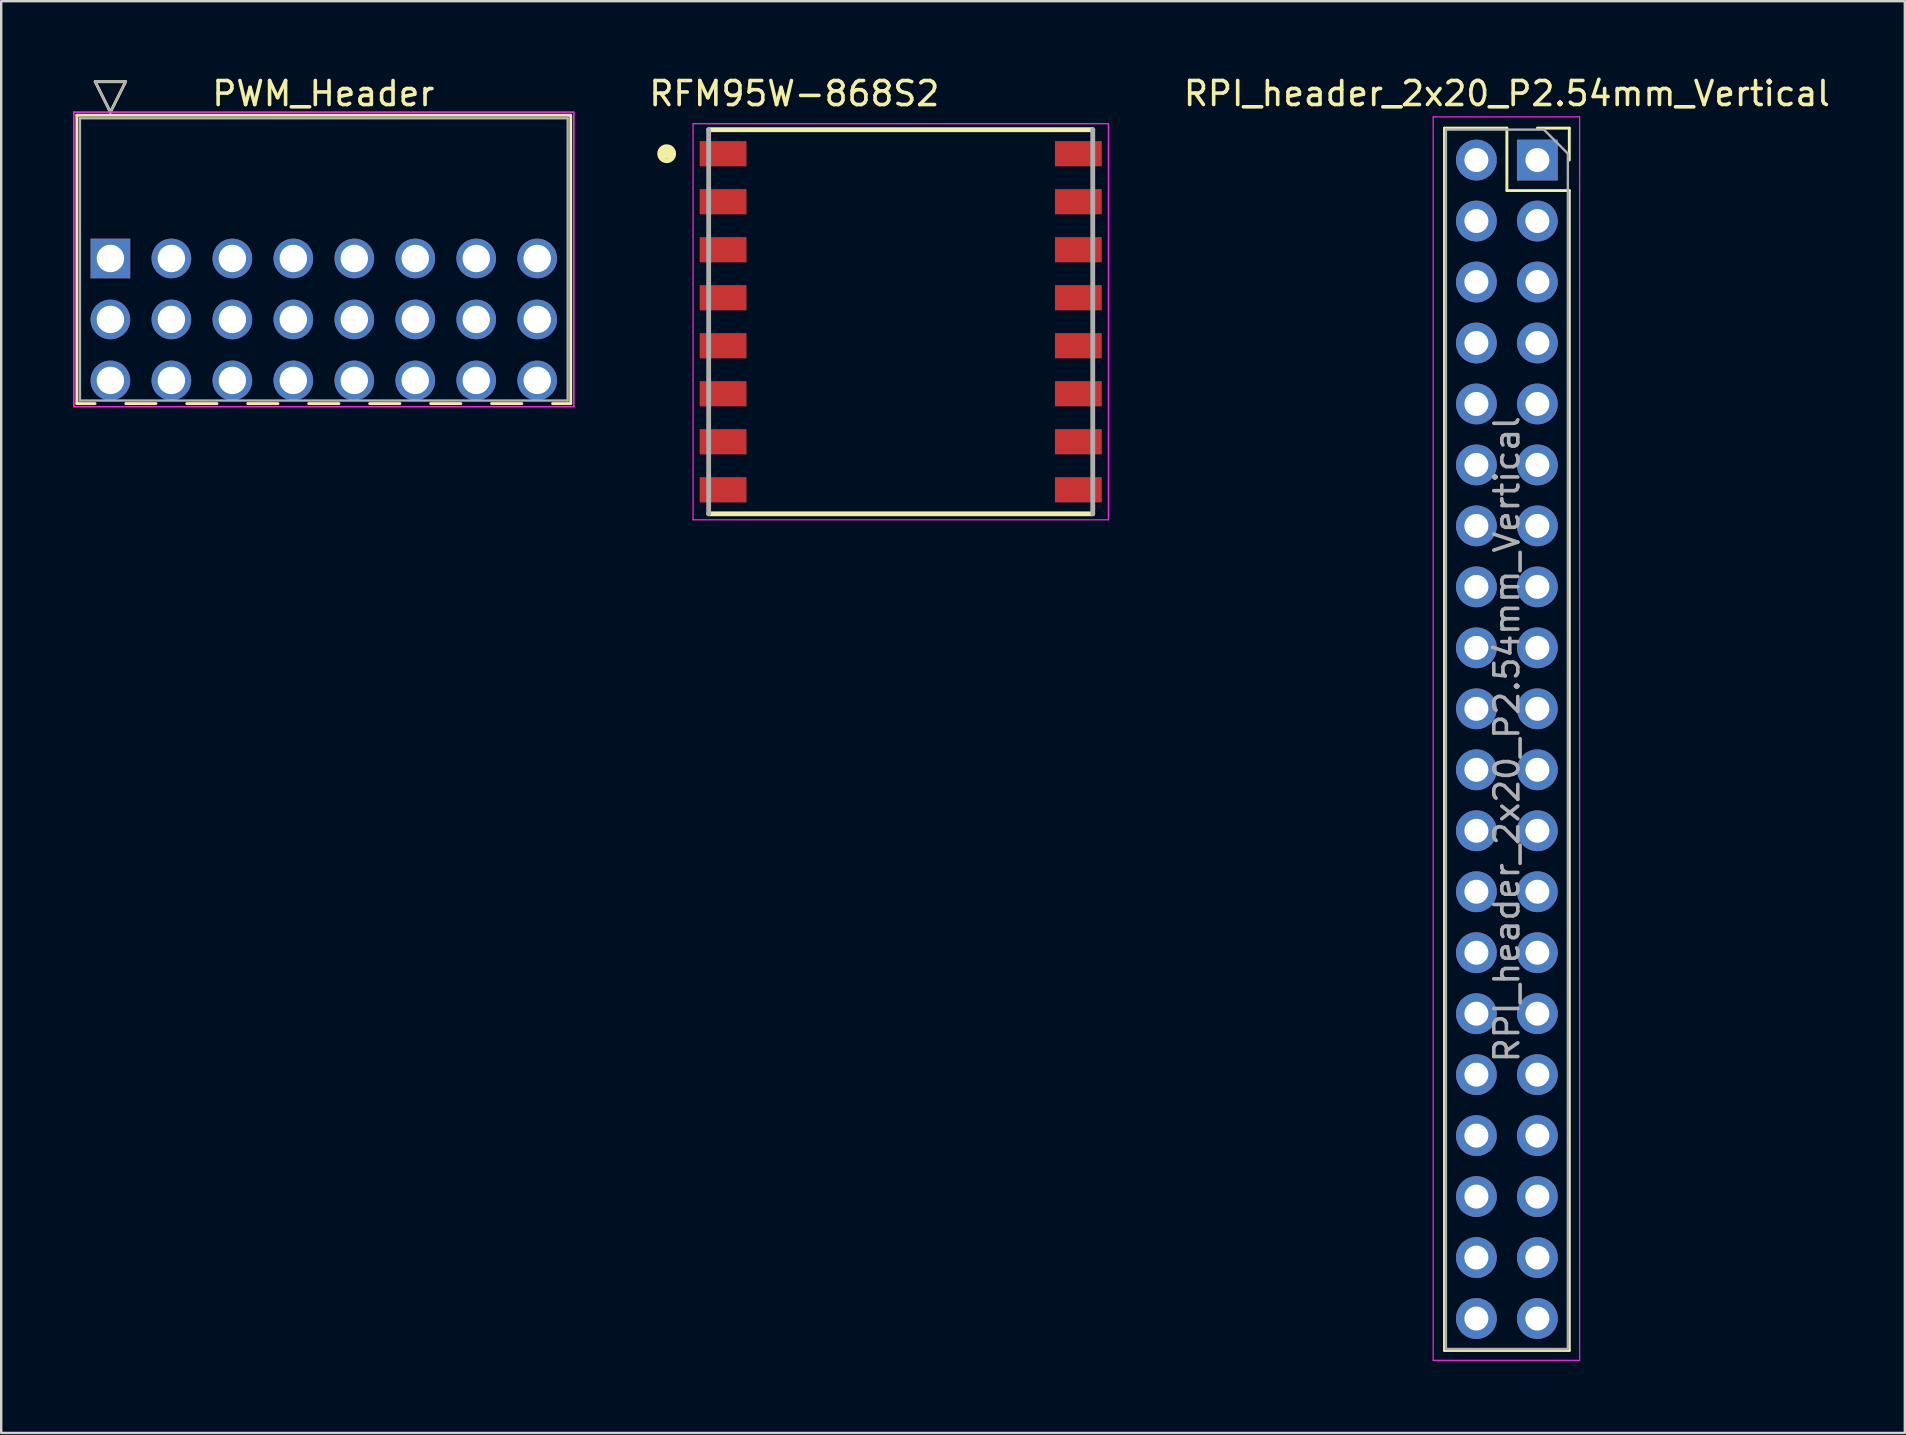
<source format=kicad_pcb>
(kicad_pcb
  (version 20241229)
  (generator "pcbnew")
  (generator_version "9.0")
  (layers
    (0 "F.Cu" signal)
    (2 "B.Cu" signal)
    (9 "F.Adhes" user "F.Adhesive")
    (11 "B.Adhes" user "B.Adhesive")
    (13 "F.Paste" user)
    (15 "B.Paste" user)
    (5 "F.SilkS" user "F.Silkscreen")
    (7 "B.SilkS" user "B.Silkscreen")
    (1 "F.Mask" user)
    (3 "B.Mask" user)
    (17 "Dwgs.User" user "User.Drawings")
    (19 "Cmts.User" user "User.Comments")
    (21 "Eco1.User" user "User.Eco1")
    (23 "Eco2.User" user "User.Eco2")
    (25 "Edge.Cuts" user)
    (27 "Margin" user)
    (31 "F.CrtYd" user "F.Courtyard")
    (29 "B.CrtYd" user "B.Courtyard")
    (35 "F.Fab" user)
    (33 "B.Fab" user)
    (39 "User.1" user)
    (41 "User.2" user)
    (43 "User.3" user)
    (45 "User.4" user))
  (footprint "RPI_header_2x20_P2.54mm_Vertical"
    (layer "F.Cu")
    (at 60.994 3.618)
    (property "Reference" "RPI_header_2x20_P2.54mm_Vertical" (at -1.27 -2.77 0) (layer "F.SilkS") (effects (font (size 1 1) (thickness 0.15))))
    (attr through_hole)
    (fp_line (start -3.87 -1.33) (end -3.87 49.59) (stroke (width 0.12) (type solid)) (layer "F.SilkS"))
    (fp_line (start -3.87 -1.33) (end -1.27 -1.33) (stroke (width 0.12) (type solid)) (layer "F.SilkS"))
    (fp_line (start -3.87 49.59) (end 1.33 49.59) (stroke (width 0.12) (type solid)) (layer "F.SilkS"))
    (fp_line (start -1.27 -1.33) (end -1.27 1.27) (stroke (width 0.12) (type solid)) (layer "F.SilkS"))
    (fp_line (start -1.27 1.27) (end 1.33 1.27) (stroke (width 0.12) (type solid)) (layer "F.SilkS"))
    (fp_line (start 0 -1.33) (end 1.33 -1.33) (stroke (width 0.12) (type solid)) (layer "F.SilkS"))
    (fp_line (start 1.33 -1.33) (end 1.33 0) (stroke (width 0.12) (type solid)) (layer "F.SilkS"))
    (fp_line (start 1.33 1.27) (end 1.33 49.59) (stroke (width 0.12) (type solid)) (layer "F.SilkS"))
    (fp_line (start -4.34 -1.8) (end 1.76 -1.8) (stroke (width 0.05) (type solid)) (layer "F.CrtYd"))
    (fp_line (start -4.34 50) (end -4.34 -1.8) (stroke (width 0.05) (type solid)) (layer "F.CrtYd"))
    (fp_line (start 1.76 -1.8) (end 1.76 50) (stroke (width 0.05) (type solid)) (layer "F.CrtYd"))
    (fp_line (start 1.76 50) (end -4.34 50) (stroke (width 0.05) (type solid)) (layer "F.CrtYd"))
    (fp_line (start -3.81 -1.27) (end 0.27 -1.27) (stroke (width 0.1) (type solid)) (layer "F.Fab"))
    (fp_line (start -3.81 49.53) (end -3.81 -1.27) (stroke (width 0.1) (type solid)) (layer "F.Fab"))
    (fp_line (start 0.27 -1.27) (end 1.27 -0.27) (stroke (width 0.1) (type solid)) (layer "F.Fab"))
    (fp_line (start 1.27 -0.27) (end 1.27 49.53) (stroke (width 0.1) (type solid)) (layer "F.Fab"))
    (fp_line (start 1.27 49.53) (end -3.81 49.53) (stroke (width 0.1) (type solid)) (layer "F.Fab"))
    (fp_text user "${REFERENCE}" (at -1.27 24.13 90) (layer "F.Fab") (effects (font (size 1 1) (thickness 0.15))))
    (pad "1" thru_hole rect (at 0 0) (size 1.7 1.7) (drill 1) (layers "*.Cu" "*.Mask"))
    (pad "2" thru_hole oval (at -2.54 0) (size 1.7 1.7) (drill 1) (layers "*.Cu" "*.Mask"))
    (pad "3" thru_hole oval (at 0 2.54) (size 1.7 1.7) (drill 1) (layers "*.Cu" "*.Mask"))
    (pad "4" thru_hole oval (at -2.54 2.54) (size 1.7 1.7) (drill 1) (layers "*.Cu" "*.Mask"))
    (pad "5" thru_hole oval (at 0 5.08) (size 1.7 1.7) (drill 1) (layers "*.Cu" "*.Mask"))
    (pad "6" thru_hole oval (at -2.54 5.08) (size 1.7 1.7) (drill 1) (layers "*.Cu" "*.Mask"))
    (pad "7" thru_hole oval (at 0 7.62) (size 1.7 1.7) (drill 1) (layers "*.Cu" "*.Mask"))
    (pad "8" thru_hole oval (at -2.54 7.62) (size 1.7 1.7) (drill 1) (layers "*.Cu" "*.Mask"))
    (pad "9" thru_hole oval (at 0 10.16) (size 1.7 1.7) (drill 1) (layers "*.Cu" "*.Mask"))
    (pad "10" thru_hole oval (at -2.54 10.16) (size 1.7 1.7) (drill 1) (layers "*.Cu" "*.Mask"))
    (pad "11" thru_hole oval (at 0 12.7) (size 1.7 1.7) (drill 1) (layers "*.Cu" "*.Mask"))
    (pad "12" thru_hole oval (at -2.54 12.7) (size 1.7 1.7) (drill 1) (layers "*.Cu" "*.Mask"))
    (pad "13" thru_hole oval (at 0 15.24) (size 1.7 1.7) (drill 1) (layers "*.Cu" "*.Mask"))
    (pad "14" thru_hole oval (at -2.54 15.24) (size 1.7 1.7) (drill 1) (layers "*.Cu" "*.Mask"))
    (pad "15" thru_hole oval (at 0 17.78) (size 1.7 1.7) (drill 1) (layers "*.Cu" "*.Mask"))
    (pad "16" thru_hole oval (at -2.54 17.78) (size 1.7 1.7) (drill 1) (layers "*.Cu" "*.Mask"))
    (pad "17" thru_hole oval (at 0 20.32) (size 1.7 1.7) (drill 1) (layers "*.Cu" "*.Mask"))
    (pad "18" thru_hole oval (at -2.54 20.32) (size 1.7 1.7) (drill 1) (layers "*.Cu" "*.Mask"))
    (pad "19" thru_hole oval (at 0 22.86) (size 1.7 1.7) (drill 1) (layers "*.Cu" "*.Mask"))
    (pad "20" thru_hole oval (at -2.54 22.86) (size 1.7 1.7) (drill 1) (layers "*.Cu" "*.Mask"))
    (pad "21" thru_hole oval (at 0 25.4) (size 1.7 1.7) (drill 1) (layers "*.Cu" "*.Mask"))
    (pad "22" thru_hole oval (at -2.54 25.4) (size 1.7 1.7) (drill 1) (layers "*.Cu" "*.Mask"))
    (pad "23" thru_hole oval (at 0 27.94) (size 1.7 1.7) (drill 1) (layers "*.Cu" "*.Mask"))
    (pad "24" thru_hole oval (at -2.54 27.94) (size 1.7 1.7) (drill 1) (layers "*.Cu" "*.Mask"))
    (pad "25" thru_hole oval (at 0 30.48) (size 1.7 1.7) (drill 1) (layers "*.Cu" "*.Mask"))
    (pad "26" thru_hole oval (at -2.54 30.48) (size 1.7 1.7) (drill 1) (layers "*.Cu" "*.Mask"))
    (pad "27" thru_hole oval (at 0 33.02) (size 1.7 1.7) (drill 1) (layers "*.Cu" "*.Mask"))
    (pad "28" thru_hole oval (at -2.54 33.02) (size 1.7 1.7) (drill 1) (layers "*.Cu" "*.Mask"))
    (pad "29" thru_hole oval (at 0 35.56) (size 1.7 1.7) (drill 1) (layers "*.Cu" "*.Mask"))
    (pad "30" thru_hole oval (at -2.54 35.56) (size 1.7 1.7) (drill 1) (layers "*.Cu" "*.Mask"))
    (pad "31" thru_hole oval (at 0 38.1) (size 1.7 1.7) (drill 1) (layers "*.Cu" "*.Mask"))
    (pad "32" thru_hole oval (at -2.54 38.1) (size 1.7 1.7) (drill 1) (layers "*.Cu" "*.Mask"))
    (pad "33" thru_hole oval (at 0 40.64) (size 1.7 1.7) (drill 1) (layers "*.Cu" "*.Mask"))
    (pad "34" thru_hole oval (at -2.54 40.64) (size 1.7 1.7) (drill 1) (layers "*.Cu" "*.Mask"))
    (pad "35" thru_hole oval (at 0 43.18) (size 1.7 1.7) (drill 1) (layers "*.Cu" "*.Mask"))
    (pad "36" thru_hole oval (at -2.54 43.18) (size 1.7 1.7) (drill 1) (layers "*.Cu" "*.Mask"))
    (pad "37" thru_hole oval (at 0 45.72) (size 1.7 1.7) (drill 1) (layers "*.Cu" "*.Mask"))
    (pad "38" thru_hole oval (at -2.54 45.72) (size 1.7 1.7) (drill 1) (layers "*.Cu" "*.Mask"))
    (pad "39" thru_hole oval (at 0 48.26) (size 1.7 1.7) (drill 1) (layers "*.Cu" "*.Mask"))
    (pad "40" thru_hole oval (at -2.54 48.26) (size 1.7 1.7) (drill 1) (layers "*.Cu" "*.Mask")))
  (footprint "RFM95W-868S2"
    (layer "F.Cu")
    (at 34.472 10.353)
    (property "Reference" "RFM95W-868S2" (at -4.433 -9.503 0) (layer "F.SilkS") (effects (font (size 1.002 1.002) (thickness 0.15))))
    (attr through_hole)
    (fp_line (start -8 -8) (end 8 -8) (stroke (width 0.2) (type solid)) (layer "F.SilkS"))
    (fp_line (start 8 8) (end -8 8) (stroke (width 0.2) (type solid)) (layer "F.SilkS"))
    (fp_circle (center -9.75 -7) (end -9.458 -7) (stroke (width 0.2) (type solid)) (fill no) (layer "F.SilkS"))
    (fp_poly (pts (xy -10.011 -7.2) (xy -9.5 -7.2) (xy -9.5 -6.808) (xy -10.011 -6.808)) (stroke (width 0.01) (type solid)) (fill yes) (layer "F.SilkS"))
    (fp_line (start -8.65 -8.25) (end 8.65 -8.25) (stroke (width 0.05) (type solid)) (layer "F.CrtYd"))
    (fp_line (start -8.65 8.25) (end -8.65 -8.25) (stroke (width 0.05) (type solid)) (layer "F.CrtYd"))
    (fp_line (start 8.65 -8.25) (end 8.65 8.25) (stroke (width 0.05) (type solid)) (layer "F.CrtYd"))
    (fp_line (start 8.65 8.25) (end -8.65 8.25) (stroke (width 0.05) (type solid)) (layer "F.CrtYd"))
    (fp_line (start -8 8) (end -8 -8) (stroke (width 0.2) (type solid)) (layer "F.Fab"))
    (fp_line (start 8 -8) (end 8 8) (stroke (width 0.2) (type solid)) (layer "F.Fab"))
    (pad "1" smd rect (at -7.4 -7) (size 1.95 1.05) (layers "F.Cu" "F.Mask" "F.Paste"))
    (pad "2" smd rect (at -7.4 -5) (size 1.95 1.05) (layers "F.Cu" "F.Mask" "F.Paste"))
    (pad "3" smd rect (at -7.4 -3) (size 1.95 1.05) (layers "F.Cu" "F.Mask" "F.Paste"))
    (pad "4" smd rect (at -7.4 -1) (size 1.95 1.05) (layers "F.Cu" "F.Mask" "F.Paste"))
    (pad "5" smd rect (at -7.4 1) (size 1.95 1.05) (layers "F.Cu" "F.Mask" "F.Paste"))
    (pad "6" smd rect (at -7.4 3) (size 1.95 1.05) (layers "F.Cu" "F.Mask" "F.Paste"))
    (pad "7" smd rect (at -7.4 5) (size 1.95 1.05) (layers "F.Cu" "F.Mask" "F.Paste"))
    (pad "8" smd rect (at -7.4 7) (size 1.95 1.05) (layers "F.Cu" "F.Mask" "F.Paste"))
    (pad "9" smd rect (at 7.4 7 180) (size 1.95 1.05) (layers "F.Cu" "F.Mask" "F.Paste"))
    (pad "10" smd rect (at 7.4 5 180) (size 1.95 1.05) (layers "F.Cu" "F.Mask" "F.Paste"))
    (pad "11" smd rect (at 7.4 3 180) (size 1.95 1.05) (layers "F.Cu" "F.Mask" "F.Paste"))
    (pad "12" smd rect (at 7.4 1 180) (size 1.95 1.05) (layers "F.Cu" "F.Mask" "F.Paste"))
    (pad "13" smd rect (at 7.4 -1 180) (size 1.95 1.05) (layers "F.Cu" "F.Mask" "F.Paste"))
    (pad "14" smd rect (at 7.4 -3 180) (size 1.95 1.05) (layers "F.Cu" "F.Mask" "F.Paste"))
    (pad "15" smd rect (at 7.4 -5 180) (size 1.95 1.05) (layers "F.Cu" "F.Mask" "F.Paste"))
    (pad "16" smd rect (at 7.4 -7 180) (size 1.95 1.05) (layers "F.Cu" "F.Mask" "F.Paste")))
  (footprint "PWM_Header"
    (layer "F.Cu")
    (at 11.709 7.718)
    (property "Reference" "PWM_Header" (at -1.291 -6.869 0) (layer "F.SilkS") (effects (font (size 1 1) (thickness 0.15))))
    (attr through_hole)
    (fp_line (start -11.557 -5.969) (end -11.557 6.045) (stroke (width 0.12) (type solid)) (layer "F.SilkS"))
    (fp_line (start -11.557 6.045) (end -10.8 6.045) (stroke (width 0.12) (type solid)) (layer "F.SilkS"))
    (fp_line (start -10.795 -7.366) (end -9.525 -7.366) (stroke (width 0.12) (type solid)) (layer "F.SilkS"))
    (fp_line (start -10.16 -6.096) (end -10.795 -7.366) (stroke (width 0.12) (type solid)) (layer "F.SilkS"))
    (fp_line (start -9.525 -7.366) (end -10.16 -6.096) (stroke (width 0.12) (type solid)) (layer "F.SilkS"))
    (fp_line (start -9.52 6.045) (end -8.26 6.045) (stroke (width 0.12) (type solid)) (layer "F.SilkS"))
    (fp_line (start -6.98 6.045) (end -5.72 6.045) (stroke (width 0.12) (type solid)) (layer "F.SilkS"))
    (fp_line (start -4.44 6.045) (end -3.18 6.045) (stroke (width 0.12) (type solid)) (layer "F.SilkS"))
    (fp_line (start -1.9 6.045) (end -0.64 6.045) (stroke (width 0.12) (type solid)) (layer "F.SilkS"))
    (fp_line (start 0.64 6.045) (end 1.9 6.045) (stroke (width 0.12) (type solid)) (layer "F.SilkS"))
    (fp_line (start 3.18 6.045) (end 4.44 6.045) (stroke (width 0.12) (type solid)) (layer "F.SilkS"))
    (fp_line (start 5.72 6.045) (end 6.98 6.045) (stroke (width 0.12) (type solid)) (layer "F.SilkS"))
    (fp_line (start 8.26 6.045) (end 9.017 6.045) (stroke (width 0.12) (type solid)) (layer "F.SilkS"))
    (fp_line (start 9.017 -5.969) (end -11.557 -5.969) (stroke (width 0.12) (type solid)) (layer "F.SilkS"))
    (fp_line (start 9.017 6.045) (end 9.017 -5.969) (stroke (width 0.12) (type solid)) (layer "F.SilkS"))
    (fp_line (start -11.684 -6.096) (end -11.684 6.172) (stroke (width 0.05) (type solid)) (layer "F.CrtYd"))
    (fp_line (start -11.684 -6.096) (end -11.684 6.172) (stroke (width 0.05) (type solid)) (layer "F.CrtYd"))
    (fp_line (start -11.684 6.172) (end 9.144 6.172) (stroke (width 0.05) (type solid)) (layer "F.CrtYd"))
    (fp_line (start -11.684 6.172) (end 9.144 6.172) (stroke (width 0.05) (type solid)) (layer "F.CrtYd"))
    (fp_line (start 9.144 -6.096) (end -11.684 -6.096) (stroke (width 0.05) (type solid)) (layer "F.CrtYd"))
    (fp_line (start 9.144 -6.096) (end -11.684 -6.096) (stroke (width 0.05) (type solid)) (layer "F.CrtYd"))
    (fp_line (start 9.144 6.172) (end 9.144 -6.096) (stroke (width 0.05) (type solid)) (layer "F.CrtYd"))
    (fp_line (start 9.144 6.172) (end 9.144 -6.096) (stroke (width 0.05) (type solid)) (layer "F.CrtYd"))
    (fp_line (start -11.43 -5.842) (end -11.43 5.918) (stroke (width 0.1) (type solid)) (layer "F.Fab"))
    (fp_line (start -11.43 5.918) (end 8.89 5.918) (stroke (width 0.1) (type solid)) (layer "F.Fab"))
    (fp_line (start -10.795 -7.366) (end -9.525 -7.366) (stroke (width 0.1) (type solid)) (layer "F.Fab"))
    (fp_line (start -10.16 -6.096) (end -10.795 -7.366) (stroke (width 0.1) (type solid)) (layer "F.Fab"))
    (fp_line (start -9.525 -7.366) (end -10.16 -6.096) (stroke (width 0.1) (type solid)) (layer "F.Fab"))
    (fp_line (start 8.89 -5.842) (end -11.43 -5.842) (stroke (width 0.1) (type solid)) (layer "F.Fab"))
    (fp_line (start 8.89 5.918) (end 8.89 -5.842) (stroke (width 0.1) (type solid)) (layer "F.Fab"))
    (fp_text user "TSW-108-08-T-T-RA_SAI" (at -10.16 0 0) (layer "Cmts.User") (effects (font (size 0.127 0.127) (thickness 0.002))))
    (pad "1" thru_hole rect (at -10.16 0) (size 1.651 1.651) (drill 1.143) (layers "*.Cu" "*.Mask"))
    (pad "2" thru_hole circle (at -10.16 2.54) (size 1.651 1.651) (drill 1.143) (layers "*.Cu" "*.Mask"))
    (pad "3" thru_hole circle (at -10.16 5.08) (size 1.651 1.651) (drill 1.143) (layers "*.Cu" "*.Mask"))
    (pad "4" thru_hole circle (at -7.62 0) (size 1.651 1.651) (drill 1.143) (layers "*.Cu" "*.Mask"))
    (pad "5" thru_hole circle (at -7.62 2.54) (size 1.651 1.651) (drill 1.143) (layers "*.Cu" "*.Mask"))
    (pad "6" thru_hole circle (at -7.62 5.08) (size 1.651 1.651) (drill 1.143) (layers "*.Cu" "*.Mask"))
    (pad "7" thru_hole circle (at -5.08 0) (size 1.651 1.651) (drill 1.143) (layers "*.Cu" "*.Mask"))
    (pad "8" thru_hole circle (at -5.08 2.54) (size 1.651 1.651) (drill 1.143) (layers "*.Cu" "*.Mask"))
    (pad "9" thru_hole circle (at -5.08 5.08) (size 1.651 1.651) (drill 1.143) (layers "*.Cu" "*.Mask"))
    (pad "10" thru_hole circle (at -2.54 0) (size 1.651 1.651) (drill 1.143) (layers "*.Cu" "*.Mask"))
    (pad "11" thru_hole circle (at -2.54 2.54) (size 1.651 1.651) (drill 1.143) (layers "*.Cu" "*.Mask"))
    (pad "12" thru_hole circle (at -2.54 5.08) (size 1.651 1.651) (drill 1.143) (layers "*.Cu" "*.Mask"))
    (pad "13" thru_hole circle (at 0 0) (size 1.651 1.651) (drill 1.143) (layers "*.Cu" "*.Mask"))
    (pad "14" thru_hole circle (at 0 2.54) (size 1.651 1.651) (drill 1.143) (layers "*.Cu" "*.Mask"))
    (pad "15" thru_hole circle (at 0 5.08) (size 1.651 1.651) (drill 1.143) (layers "*.Cu" "*.Mask"))
    (pad "16" thru_hole circle (at 2.54 0) (size 1.651 1.651) (drill 1.143) (layers "*.Cu" "*.Mask"))
    (pad "17" thru_hole circle (at 2.54 2.54) (size 1.651 1.651) (drill 1.143) (layers "*.Cu" "*.Mask"))
    (pad "18" thru_hole circle (at 2.54 5.08) (size 1.651 1.651) (drill 1.143) (layers "*.Cu" "*.Mask"))
    (pad "19" thru_hole circle (at 5.08 0) (size 1.651 1.651) (drill 1.143) (layers "*.Cu" "*.Mask"))
    (pad "20" thru_hole circle (at 5.08 2.54) (size 1.651 1.651) (drill 1.143) (layers "*.Cu" "*.Mask"))
    (pad "21" thru_hole circle (at 5.08 5.08) (size 1.651 1.651) (drill 1.143) (layers "*.Cu" "*.Mask"))
    (pad "22" thru_hole circle (at 7.62 0) (size 1.651 1.651) (drill 1.143) (layers "*.Cu" "*.Mask"))
    (pad "23" thru_hole circle (at 7.62 2.54) (size 1.651 1.651) (drill 1.143) (layers "*.Cu" "*.Mask"))
    (pad "24" thru_hole circle (at 7.62 5.08) (size 1.651 1.651) (drill 1.143) (layers "*.Cu" "*.Mask")))
  (gr_rect
    (start -3 -3)
    (end 76.301 56.643)
    (stroke (width 0.1) (type default))
    (fill no)
    (layer "Edge.Cuts")))
</source>
